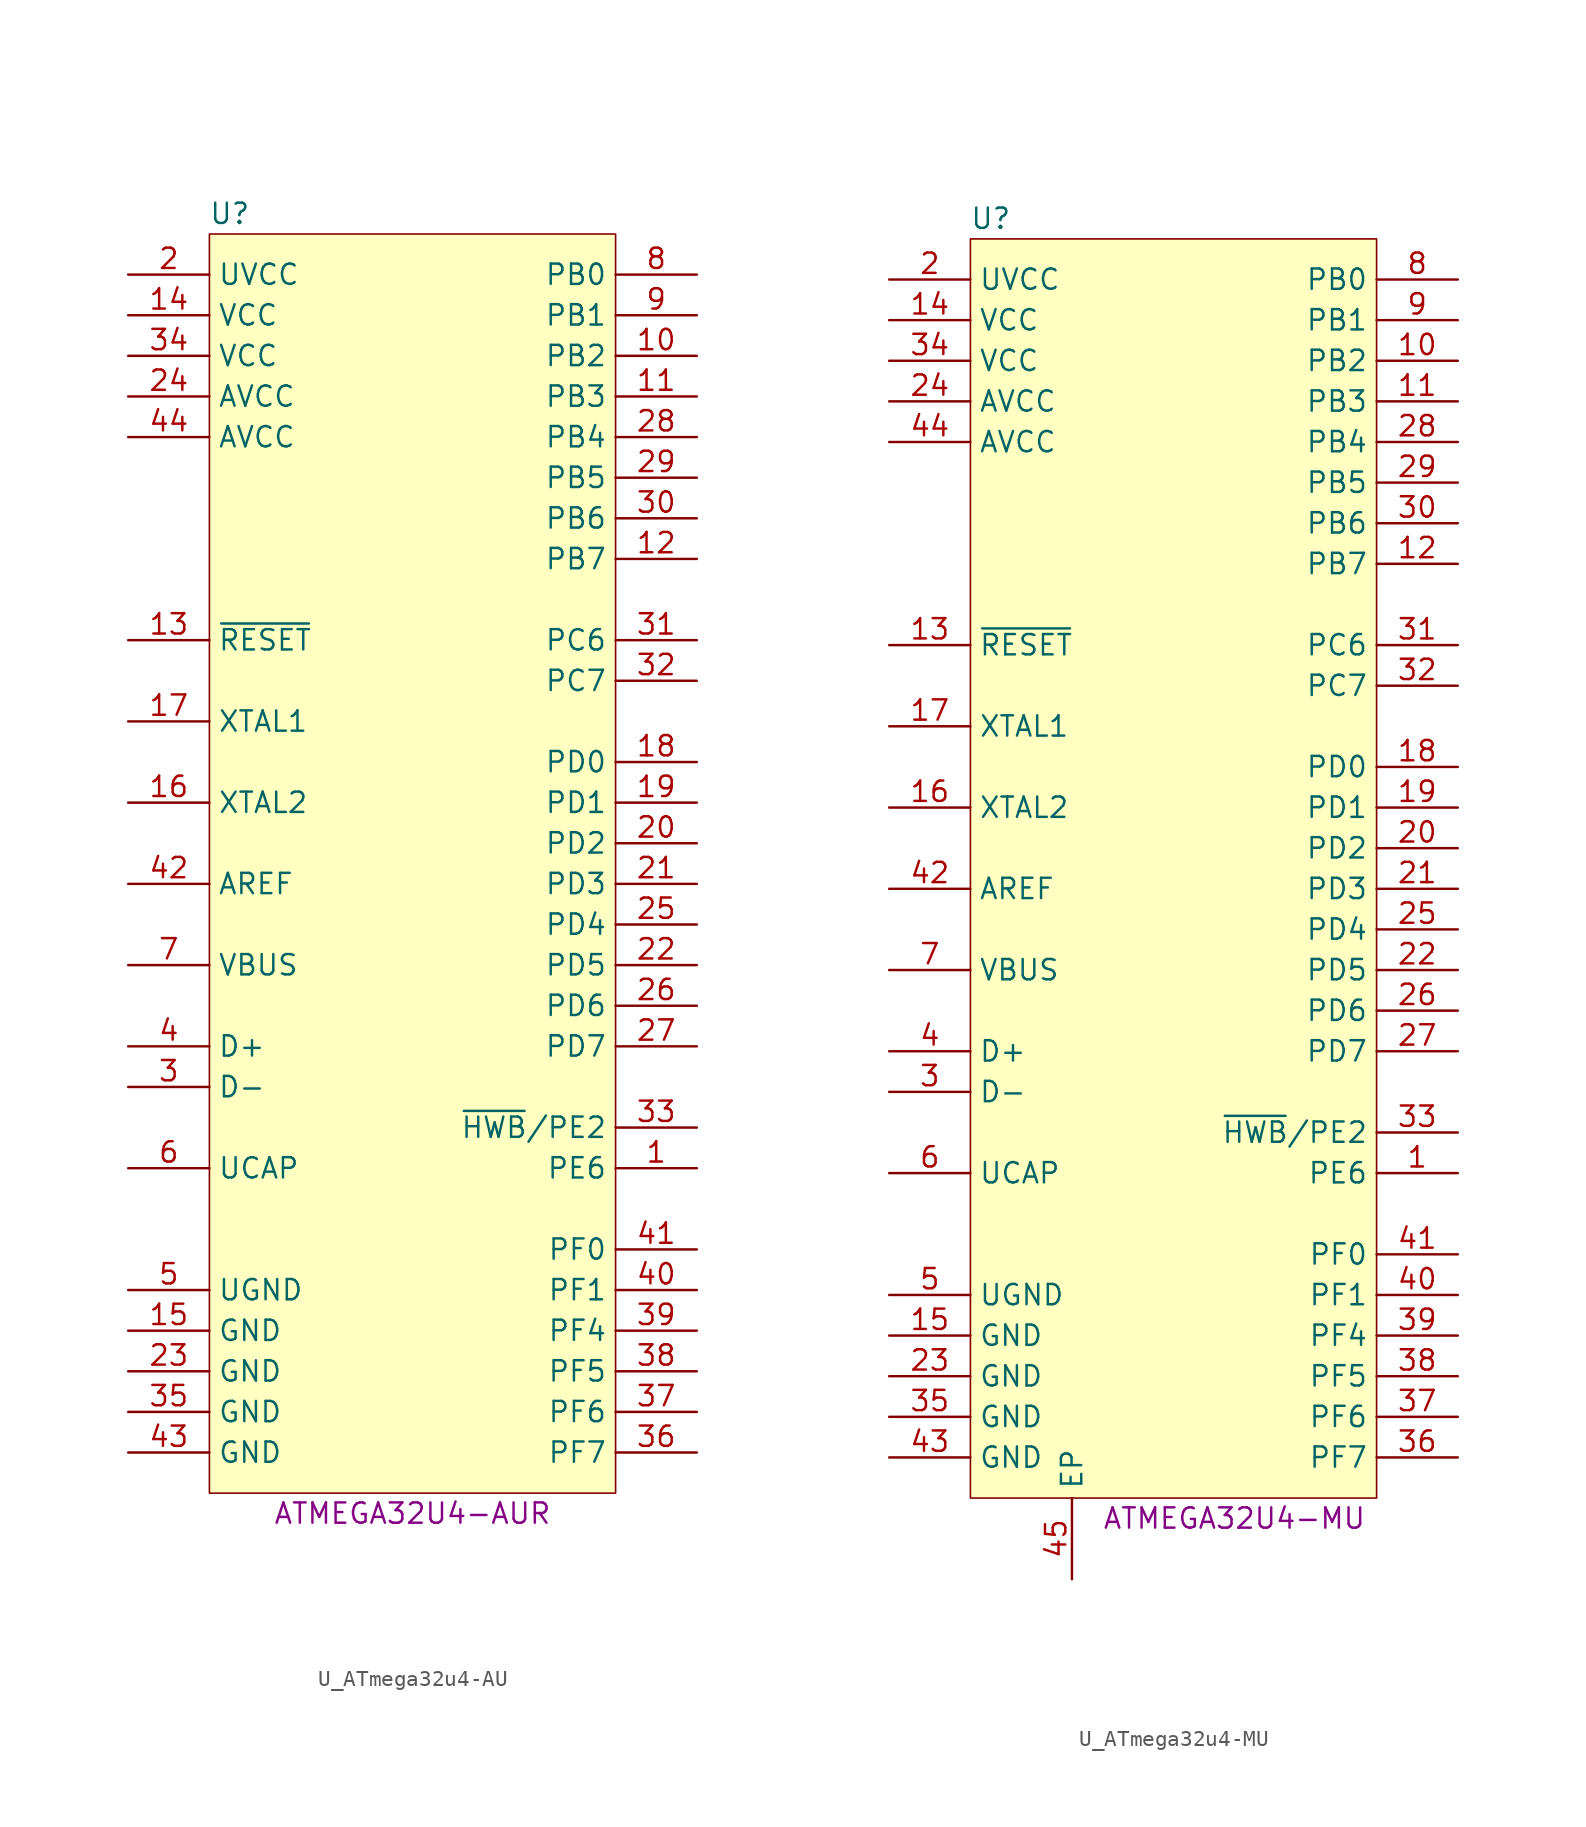
<source format=kicad_sym>
(kicad_symbol_lib
  (version 20211014)
  (generator kicad_symbol_editor)
  (symbol "U_ATmega32u4-AU"
    (property "Reference" "U"
      (at -11.43 41.91 0)
      (effects (font (size 1.27 1.27))))
    (property "MPN" "ATMEGA32U4-AUR"
      (at 0 -39.37 0)
      (effects (font (size 1.27 1.27))))
    (symbol "U_ATmega32u4-AU_0_0"
      (pin bidirectional line (at 17.78 -22.86 180) (length 5.08) (name "PF0" (effects (font (size 1.27 1.27)))) (number "41" (effects (font (size 1.27 1.27))))))
    (symbol "U_ATmega32u4-AU_0_1"
      (rectangle (start -12.7 40.64) (end 12.7 -38.1) (stroke (width 0.102) (type default) (color 0 0 0 0)) (fill (type background))))
    (symbol "U_ATmega32u4-AU_1_1"
      (pin bidirectional line (at 17.78 -17.78 180) (length 5.08) (name "PE6" (effects (font (size 1.27 1.27)))) (number "1" (effects (font (size 1.27 1.27)))))
      (pin bidirectional line (at 17.78 33.02 180) (length 5.08) (name "PB2" (effects (font (size 1.27 1.27)))) (number "10" (effects (font (size 1.27 1.27)))))
      (pin bidirectional line (at 17.78 30.48 180) (length 5.08) (name "PB3" (effects (font (size 1.27 1.27)))) (number "11" (effects (font (size 1.27 1.27)))))
      (pin bidirectional line (at 17.78 20.32 180) (length 5.08) (name "PB7" (effects (font (size 1.27 1.27)))) (number "12" (effects (font (size 1.27 1.27)))))
      (pin input line (at -17.78 15.24 0) (length 5.08) (name "~{RESET}" (effects (font (size 1.27 1.27)))) (number "13" (effects (font (size 1.27 1.27)))))
      (pin power_in line (at -17.78 35.56 0) (length 5.08) (name "VCC" (effects (font (size 1.27 1.27)))) (number "14" (effects (font (size 1.27 1.27)))))
      (pin power_in line (at -17.78 -27.94 0) (length 5.08) (name "GND" (effects (font (size 1.27 1.27)))) (number "15" (effects (font (size 1.27 1.27)))))
      (pin bidirectional line (at -17.78 5.08 0) (length 5.08) (name "XTAL2" (effects (font (size 1.27 1.27)))) (number "16" (effects (font (size 1.27 1.27)))))
      (pin bidirectional line (at -17.78 10.16 0) (length 5.08) (name "XTAL1" (effects (font (size 1.27 1.27)))) (number "17" (effects (font (size 1.27 1.27)))))
      (pin bidirectional line (at 17.78 7.62 180) (length 5.08) (name "PD0" (effects (font (size 1.27 1.27)))) (number "18" (effects (font (size 1.27 1.27)))))
      (pin bidirectional line (at 17.78 5.08 180) (length 5.08) (name "PD1" (effects (font (size 1.27 1.27)))) (number "19" (effects (font (size 1.27 1.27)))))
      (pin power_in line (at -17.78 38.1 0) (length 5.08) (name "UVCC" (effects (font (size 1.27 1.27)))) (number "2" (effects (font (size 1.27 1.27)))))
      (pin bidirectional line (at 17.78 2.54 180) (length 5.08) (name "PD2" (effects (font (size 1.27 1.27)))) (number "20" (effects (font (size 1.27 1.27)))))
      (pin bidirectional line (at 17.78 0 180) (length 5.08) (name "PD3" (effects (font (size 1.27 1.27)))) (number "21" (effects (font (size 1.27 1.27)))))
      (pin bidirectional line (at 17.78 -5.08 180) (length 5.08) (name "PD5" (effects (font (size 1.27 1.27)))) (number "22" (effects (font (size 1.27 1.27)))))
      (pin power_in line (at -17.78 -30.48 0) (length 5.08) (name "GND" (effects (font (size 1.27 1.27)))) (number "23" (effects (font (size 1.27 1.27)))))
      (pin power_in line (at -17.78 30.48 0) (length 5.08) (name "AVCC" (effects (font (size 1.27 1.27)))) (number "24" (effects (font (size 1.27 1.27)))))
      (pin bidirectional line (at 17.78 -2.54 180) (length 5.08) (name "PD4" (effects (font (size 1.27 1.27)))) (number "25" (effects (font (size 1.27 1.27)))))
      (pin bidirectional line (at 17.78 -7.62 180) (length 5.08) (name "PD6" (effects (font (size 1.27 1.27)))) (number "26" (effects (font (size 1.27 1.27)))))
      (pin bidirectional line (at 17.78 -10.16 180) (length 5.08) (name "PD7" (effects (font (size 1.27 1.27)))) (number "27" (effects (font (size 1.27 1.27)))))
      (pin bidirectional line (at 17.78 27.94 180) (length 5.08) (name "PB4" (effects (font (size 1.27 1.27)))) (number "28" (effects (font (size 1.27 1.27)))))
      (pin bidirectional line (at 17.78 25.4 180) (length 5.08) (name "PB5" (effects (font (size 1.27 1.27)))) (number "29" (effects (font (size 1.27 1.27)))))
      (pin bidirectional line (at -17.78 -12.7 0) (length 5.08) (name "D-" (effects (font (size 1.27 1.27)))) (number "3" (effects (font (size 1.27 1.27)))))
      (pin bidirectional line (at 17.78 22.86 180) (length 5.08) (name "PB6" (effects (font (size 1.27 1.27)))) (number "30" (effects (font (size 1.27 1.27)))))
      (pin bidirectional line (at 17.78 15.24 180) (length 5.08) (name "PC6" (effects (font (size 1.27 1.27)))) (number "31" (effects (font (size 1.27 1.27)))))
      (pin bidirectional line (at 17.78 12.7 180) (length 5.08) (name "PC7" (effects (font (size 1.27 1.27)))) (number "32" (effects (font (size 1.27 1.27)))))
      (pin bidirectional line (at 17.78 -15.24 180) (length 5.08) (name "~{HWB}/PE2" (effects (font (size 1.27 1.27)))) (number "33" (effects (font (size 1.27 1.27)))))
      (pin power_in line (at -17.78 33.02 0) (length 5.08) (name "VCC" (effects (font (size 1.27 1.27)))) (number "34" (effects (font (size 1.27 1.27)))))
      (pin power_in line (at -17.78 -33.02 0) (length 5.08) (name "GND" (effects (font (size 1.27 1.27)))) (number "35" (effects (font (size 1.27 1.27)))))
      (pin bidirectional line (at 17.78 -35.56 180) (length 5.08) (name "PF7" (effects (font (size 1.27 1.27)))) (number "36" (effects (font (size 1.27 1.27)))))
      (pin bidirectional line (at 17.78 -33.02 180) (length 5.08) (name "PF6" (effects (font (size 1.27 1.27)))) (number "37" (effects (font (size 1.27 1.27)))))
      (pin bidirectional line (at 17.78 -30.48 180) (length 5.08) (name "PF5" (effects (font (size 1.27 1.27)))) (number "38" (effects (font (size 1.27 1.27)))))
      (pin bidirectional line (at 17.78 -27.94 180) (length 5.08) (name "PF4" (effects (font (size 1.27 1.27)))) (number "39" (effects (font (size 1.27 1.27)))))
      (pin bidirectional line (at -17.78 -10.16 0) (length 5.08) (name "D+" (effects (font (size 1.27 1.27)))) (number "4" (effects (font (size 1.27 1.27)))))
      (pin bidirectional line (at 17.78 -25.4 180) (length 5.08) (name "PF1" (effects (font (size 1.27 1.27)))) (number "40" (effects (font (size 1.27 1.27)))))
      (pin input line (at -17.78 0 0) (length 5.08) (name "AREF" (effects (font (size 1.27 1.27)))) (number "42" (effects (font (size 1.27 1.27)))))
      (pin power_in line (at -17.78 -35.56 0) (length 5.08) (name "GND" (effects (font (size 1.27 1.27)))) (number "43" (effects (font (size 1.27 1.27)))))
      (pin input line (at -17.78 27.94 0) (length 5.08) (name "AVCC" (effects (font (size 1.27 1.27)))) (number "44" (effects (font (size 1.27 1.27)))))
      (pin power_in line (at -17.78 -25.4 0) (length 5.08) (name "UGND" (effects (font (size 1.27 1.27)))) (number "5" (effects (font (size 1.27 1.27)))))
      (pin power_in line (at -17.78 -17.78 0) (length 5.08) (name "UCAP" (effects (font (size 1.27 1.27)))) (number "6" (effects (font (size 1.27 1.27)))))
      (pin power_in line (at -17.78 -5.08 0) (length 5.08) (name "VBUS" (effects (font (size 1.27 1.27)))) (number "7" (effects (font (size 1.27 1.27)))))
      (pin bidirectional line (at 17.78 38.1 180) (length 5.08) (name "PB0" (effects (font (size 1.27 1.27)))) (number "8" (effects (font (size 1.27 1.27)))))
      (pin bidirectional line (at 17.78 35.56 180) (length 5.08) (name "PB1" (effects (font (size 1.27 1.27)))) (number "9" (effects (font (size 1.27 1.27)))))))
  (symbol "U_ATmega32u4-MU"
    (property "Reference" "U"
      (at -11.43 41.91 0)
      (effects (font (size 1.27 1.27))))
    (property "MPN" "ATMEGA32U4-MU"
      (at 3.81 -39.37 0)
      (effects (font (size 1.27 1.27))))
    (symbol "U_ATmega32u4-MU_0_0"
      (pin bidirectional line (at 17.78 -22.86 180) (length 5.08) (name "PF0" (effects (font (size 1.27 1.27)))) (number "41" (effects (font (size 1.27 1.27))))))
    (symbol "U_ATmega32u4-MU_0_1"
      (rectangle (start -12.7 40.64) (end 12.7 -38.1) (stroke (width 0.102) (type default) (color 0 0 0 0)) (fill (type background))))
    (symbol "U_ATmega32u4-MU_1_1"
      (pin bidirectional line (at 17.78 -17.78 180) (length 5.08) (name "PE6" (effects (font (size 1.27 1.27)))) (number "1" (effects (font (size 1.27 1.27)))))
      (pin bidirectional line (at 17.78 33.02 180) (length 5.08) (name "PB2" (effects (font (size 1.27 1.27)))) (number "10" (effects (font (size 1.27 1.27)))))
      (pin bidirectional line (at 17.78 30.48 180) (length 5.08) (name "PB3" (effects (font (size 1.27 1.27)))) (number "11" (effects (font (size 1.27 1.27)))))
      (pin bidirectional line (at 17.78 20.32 180) (length 5.08) (name "PB7" (effects (font (size 1.27 1.27)))) (number "12" (effects (font (size 1.27 1.27)))))
      (pin input line (at -17.78 15.24 0) (length 5.08) (name "~{RESET}" (effects (font (size 1.27 1.27)))) (number "13" (effects (font (size 1.27 1.27)))))
      (pin power_in line (at -17.78 35.56 0) (length 5.08) (name "VCC" (effects (font (size 1.27 1.27)))) (number "14" (effects (font (size 1.27 1.27)))))
      (pin power_in line (at -17.78 -27.94 0) (length 5.08) (name "GND" (effects (font (size 1.27 1.27)))) (number "15" (effects (font (size 1.27 1.27)))))
      (pin bidirectional line (at -17.78 5.08 0) (length 5.08) (name "XTAL2" (effects (font (size 1.27 1.27)))) (number "16" (effects (font (size 1.27 1.27)))))
      (pin bidirectional line (at -17.78 10.16 0) (length 5.08) (name "XTAL1" (effects (font (size 1.27 1.27)))) (number "17" (effects (font (size 1.27 1.27)))))
      (pin bidirectional line (at 17.78 7.62 180) (length 5.08) (name "PD0" (effects (font (size 1.27 1.27)))) (number "18" (effects (font (size 1.27 1.27)))))
      (pin bidirectional line (at 17.78 5.08 180) (length 5.08) (name "PD1" (effects (font (size 1.27 1.27)))) (number "19" (effects (font (size 1.27 1.27)))))
      (pin power_in line (at -17.78 38.1 0) (length 5.08) (name "UVCC" (effects (font (size 1.27 1.27)))) (number "2" (effects (font (size 1.27 1.27)))))
      (pin bidirectional line (at 17.78 2.54 180) (length 5.08) (name "PD2" (effects (font (size 1.27 1.27)))) (number "20" (effects (font (size 1.27 1.27)))))
      (pin bidirectional line (at 17.78 0 180) (length 5.08) (name "PD3" (effects (font (size 1.27 1.27)))) (number "21" (effects (font (size 1.27 1.27)))))
      (pin bidirectional line (at 17.78 -5.08 180) (length 5.08) (name "PD5" (effects (font (size 1.27 1.27)))) (number "22" (effects (font (size 1.27 1.27)))))
      (pin power_in line (at -17.78 -30.48 0) (length 5.08) (name "GND" (effects (font (size 1.27 1.27)))) (number "23" (effects (font (size 1.27 1.27)))))
      (pin power_in line (at -17.78 30.48 0) (length 5.08) (name "AVCC" (effects (font (size 1.27 1.27)))) (number "24" (effects (font (size 1.27 1.27)))))
      (pin bidirectional line (at 17.78 -2.54 180) (length 5.08) (name "PD4" (effects (font (size 1.27 1.27)))) (number "25" (effects (font (size 1.27 1.27)))))
      (pin bidirectional line (at 17.78 -7.62 180) (length 5.08) (name "PD6" (effects (font (size 1.27 1.27)))) (number "26" (effects (font (size 1.27 1.27)))))
      (pin bidirectional line (at 17.78 -10.16 180) (length 5.08) (name "PD7" (effects (font (size 1.27 1.27)))) (number "27" (effects (font (size 1.27 1.27)))))
      (pin bidirectional line (at 17.78 27.94 180) (length 5.08) (name "PB4" (effects (font (size 1.27 1.27)))) (number "28" (effects (font (size 1.27 1.27)))))
      (pin bidirectional line (at 17.78 25.4 180) (length 5.08) (name "PB5" (effects (font (size 1.27 1.27)))) (number "29" (effects (font (size 1.27 1.27)))))
      (pin bidirectional line (at -17.78 -12.7 0) (length 5.08) (name "D-" (effects (font (size 1.27 1.27)))) (number "3" (effects (font (size 1.27 1.27)))))
      (pin bidirectional line (at 17.78 22.86 180) (length 5.08) (name "PB6" (effects (font (size 1.27 1.27)))) (number "30" (effects (font (size 1.27 1.27)))))
      (pin bidirectional line (at 17.78 15.24 180) (length 5.08) (name "PC6" (effects (font (size 1.27 1.27)))) (number "31" (effects (font (size 1.27 1.27)))))
      (pin bidirectional line (at 17.78 12.7 180) (length 5.08) (name "PC7" (effects (font (size 1.27 1.27)))) (number "32" (effects (font (size 1.27 1.27)))))
      (pin bidirectional line (at 17.78 -15.24 180) (length 5.08) (name "~{HWB}/PE2" (effects (font (size 1.27 1.27)))) (number "33" (effects (font (size 1.27 1.27)))))
      (pin power_in line (at -17.78 33.02 0) (length 5.08) (name "VCC" (effects (font (size 1.27 1.27)))) (number "34" (effects (font (size 1.27 1.27)))))
      (pin power_in line (at -17.78 -33.02 0) (length 5.08) (name "GND" (effects (font (size 1.27 1.27)))) (number "35" (effects (font (size 1.27 1.27)))))
      (pin bidirectional line (at 17.78 -35.56 180) (length 5.08) (name "PF7" (effects (font (size 1.27 1.27)))) (number "36" (effects (font (size 1.27 1.27)))))
      (pin bidirectional line (at 17.78 -33.02 180) (length 5.08) (name "PF6" (effects (font (size 1.27 1.27)))) (number "37" (effects (font (size 1.27 1.27)))))
      (pin bidirectional line (at 17.78 -30.48 180) (length 5.08) (name "PF5" (effects (font (size 1.27 1.27)))) (number "38" (effects (font (size 1.27 1.27)))))
      (pin bidirectional line (at 17.78 -27.94 180) (length 5.08) (name "PF4" (effects (font (size 1.27 1.27)))) (number "39" (effects (font (size 1.27 1.27)))))
      (pin bidirectional line (at -17.78 -10.16 0) (length 5.08) (name "D+" (effects (font (size 1.27 1.27)))) (number "4" (effects (font (size 1.27 1.27)))))
      (pin bidirectional line (at 17.78 -25.4 180) (length 5.08) (name "PF1" (effects (font (size 1.27 1.27)))) (number "40" (effects (font (size 1.27 1.27)))))
      (pin input line (at -17.78 0 0) (length 5.08) (name "AREF" (effects (font (size 1.27 1.27)))) (number "42" (effects (font (size 1.27 1.27)))))
      (pin power_in line (at -17.78 -35.56 0) (length 5.08) (name "GND" (effects (font (size 1.27 1.27)))) (number "43" (effects (font (size 1.27 1.27)))))
      (pin input line (at -17.78 27.94 0) (length 5.08) (name "AVCC" (effects (font (size 1.27 1.27)))) (number "44" (effects (font (size 1.27 1.27)))))
      (pin power_in line (at -6.35 -43.18 90) (length 5.08) (name "EP" (effects (font (size 1.27 1.27)))) (number "45" (effects (font (size 1.27 1.27)))))
      (pin power_in line (at -17.78 -25.4 0) (length 5.08) (name "UGND" (effects (font (size 1.27 1.27)))) (number "5" (effects (font (size 1.27 1.27)))))
      (pin power_in line (at -17.78 -17.78 0) (length 5.08) (name "UCAP" (effects (font (size 1.27 1.27)))) (number "6" (effects (font (size 1.27 1.27)))))
      (pin power_in line (at -17.78 -5.08 0) (length 5.08) (name "VBUS" (effects (font (size 1.27 1.27)))) (number "7" (effects (font (size 1.27 1.27)))))
      (pin bidirectional line (at 17.78 38.1 180) (length 5.08) (name "PB0" (effects (font (size 1.27 1.27)))) (number "8" (effects (font (size 1.27 1.27)))))
      (pin bidirectional line (at 17.78 35.56 180) (length 5.08) (name "PB1" (effects (font (size 1.27 1.27)))) (number "9" (effects (font (size 1.27 1.27))))))))
</source>
